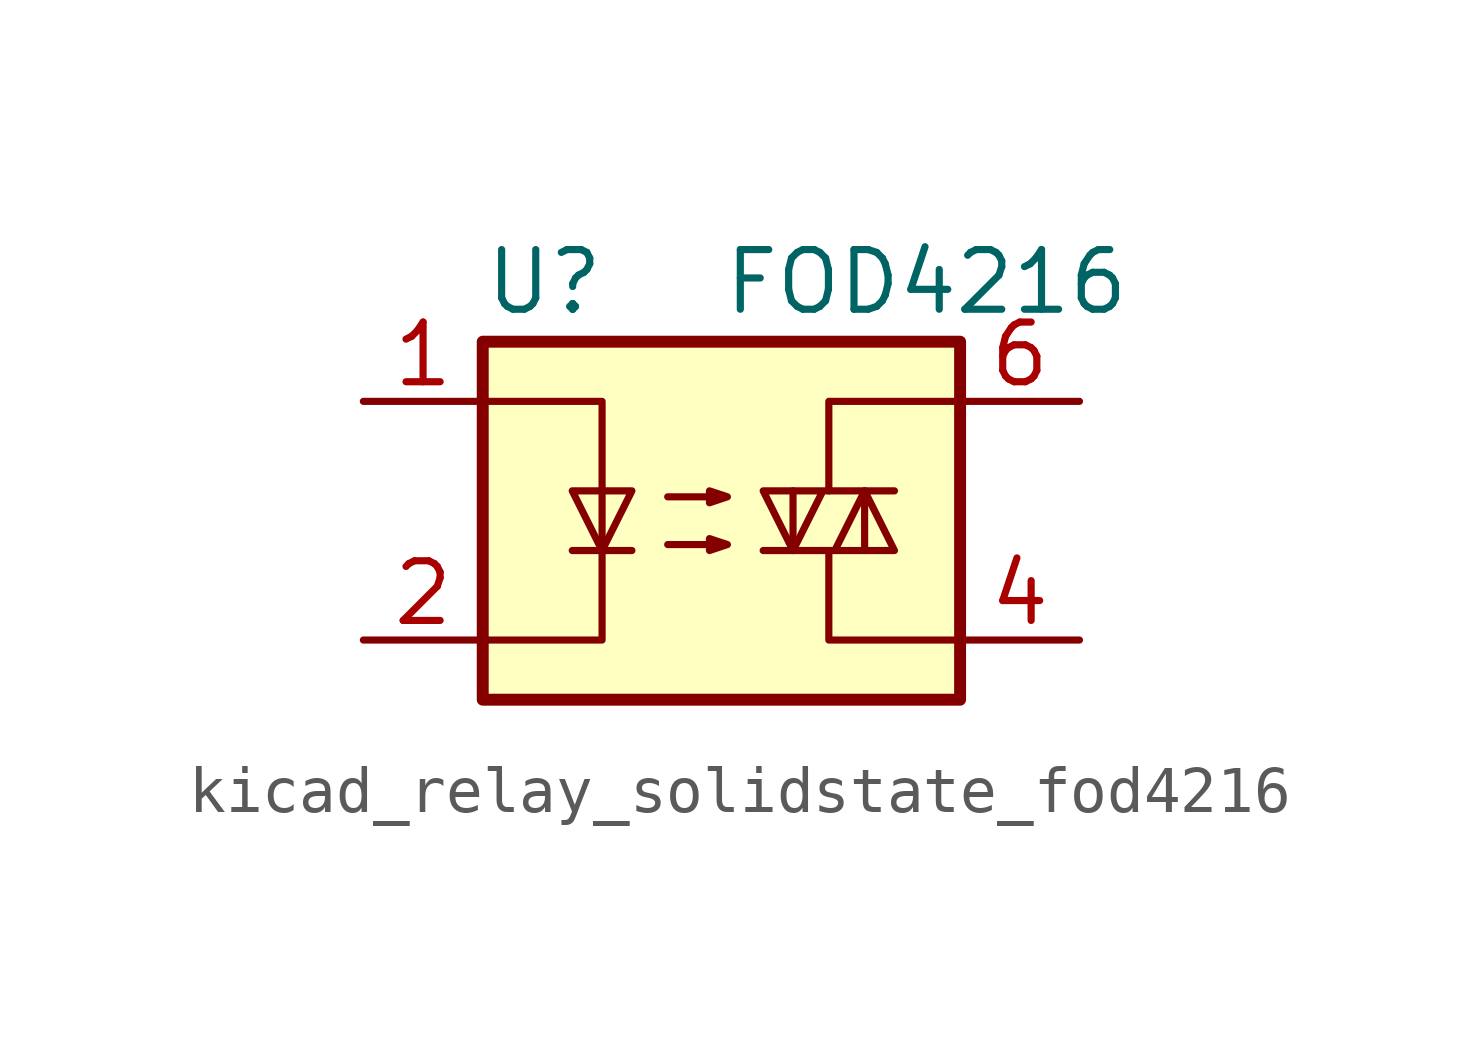
<source format=kicad_sym>
(kicad_symbol_lib
  (version 20220914)
  (generator kicad_symbol_editor)
  (symbol "kicad_relay_solidstate_fod4216"
    (property "Reference" "U"
      (at -5.08 5.08 0)
      (effects (font (size 1.27 1.27)) (justify left)))
    (property "Value" "FOD4216"
      (at 0 5.08 0)
      (effects (font (size 1.27 1.27)) (justify left)))
    (symbol "kicad_relay_solidstate_fod4216_0_1"
      (rectangle (start -5.08 3.81) (end 5.08 -3.81) (stroke (width 0.254) (type default)) (fill (type background)))
      (polyline (pts (xy -3.175 -0.635) (xy -1.905 -0.635)) (stroke (width 0) (type default)) (fill (type none)))
      (polyline (pts (xy 1.524 -0.635) (xy 1.524 0.635)) (stroke (width 0) (type default)) (fill (type none)))
      (polyline (pts (xy 3.048 0.635) (xy 3.048 -0.635)) (stroke (width 0) (type default)) (fill (type none)))
      (polyline (pts (xy 2.286 -0.635) (xy 2.286 -2.54) (xy 5.08 -2.54)) (stroke (width 0) (type default)) (fill (type none)))
      (polyline (pts (xy 2.286 0.635) (xy 2.286 2.54) (xy 5.08 2.54)) (stroke (width 0) (type default)) (fill (type none)))
      (polyline (pts (xy -5.08 2.54) (xy -2.54 2.54) (xy -2.54 -2.54) (xy -5.08 -2.54)) (stroke (width 0) (type default)) (fill (type none)))
      (polyline (pts (xy -2.54 -0.635) (xy -3.175 0.635) (xy -1.905 0.635) (xy -2.54 -0.635)) (stroke (width 0) (type default)) (fill (type none)))
      (polyline (pts (xy 0.889 -0.635) (xy 3.683 -0.635) (xy 3.048 0.635) (xy 2.413 -0.635)) (stroke (width 0) (type default)) (fill (type none)))
      (polyline (pts (xy 3.683 0.635) (xy 0.889 0.635) (xy 1.524 -0.635) (xy 2.159 0.635)) (stroke (width 0) (type default)) (fill (type none)))
      (polyline (pts (xy -1.143 -0.508) (xy 0.127 -0.508) (xy -0.254 -0.635) (xy -0.254 -0.381) (xy 0.127 -0.508)) (stroke (width 0) (type default)) (fill (type none)))
      (polyline (pts (xy -1.143 0.508) (xy 0.127 0.508) (xy -0.254 0.381) (xy -0.254 0.635) (xy 0.127 0.508)) (stroke (width 0) (type default)) (fill (type none))))
    (symbol "kicad_relay_solidstate_fod4216_1_1"
      (pin passive line (at -7.62 2.54 0) (length 2.54) (name "~" (effects (font (size 1.27 1.27)))) (number "1" (effects (font (size 1.27 1.27)))))
      (pin passive line (at -7.62 -2.54 0) (length 2.54) (name "~" (effects (font (size 1.27 1.27)))) (number "2" (effects (font (size 1.27 1.27)))))
      (pin no_connect line (at -5.08 0 0) (length 2.54) hide (name "NC" (effects (font (size 1.27 1.27)))) (number "3" (effects (font (size 1.27 1.27)))))
      (pin passive line (at 7.62 -2.54 180) (length 2.54) (name "~" (effects (font (size 1.27 1.27)))) (number "4" (effects (font (size 1.27 1.27)))))
      (pin no_connect line (at 5.08 0 180) (length 2.54) hide (name "NC" (effects (font (size 1.27 1.27)))) (number "5" (effects (font (size 1.27 1.27)))))
      (pin passive line (at 7.62 2.54 180) (length 2.54) (name "~" (effects (font (size 1.27 1.27)))) (number "6" (effects (font (size 1.27 1.27))))))))
</source>
